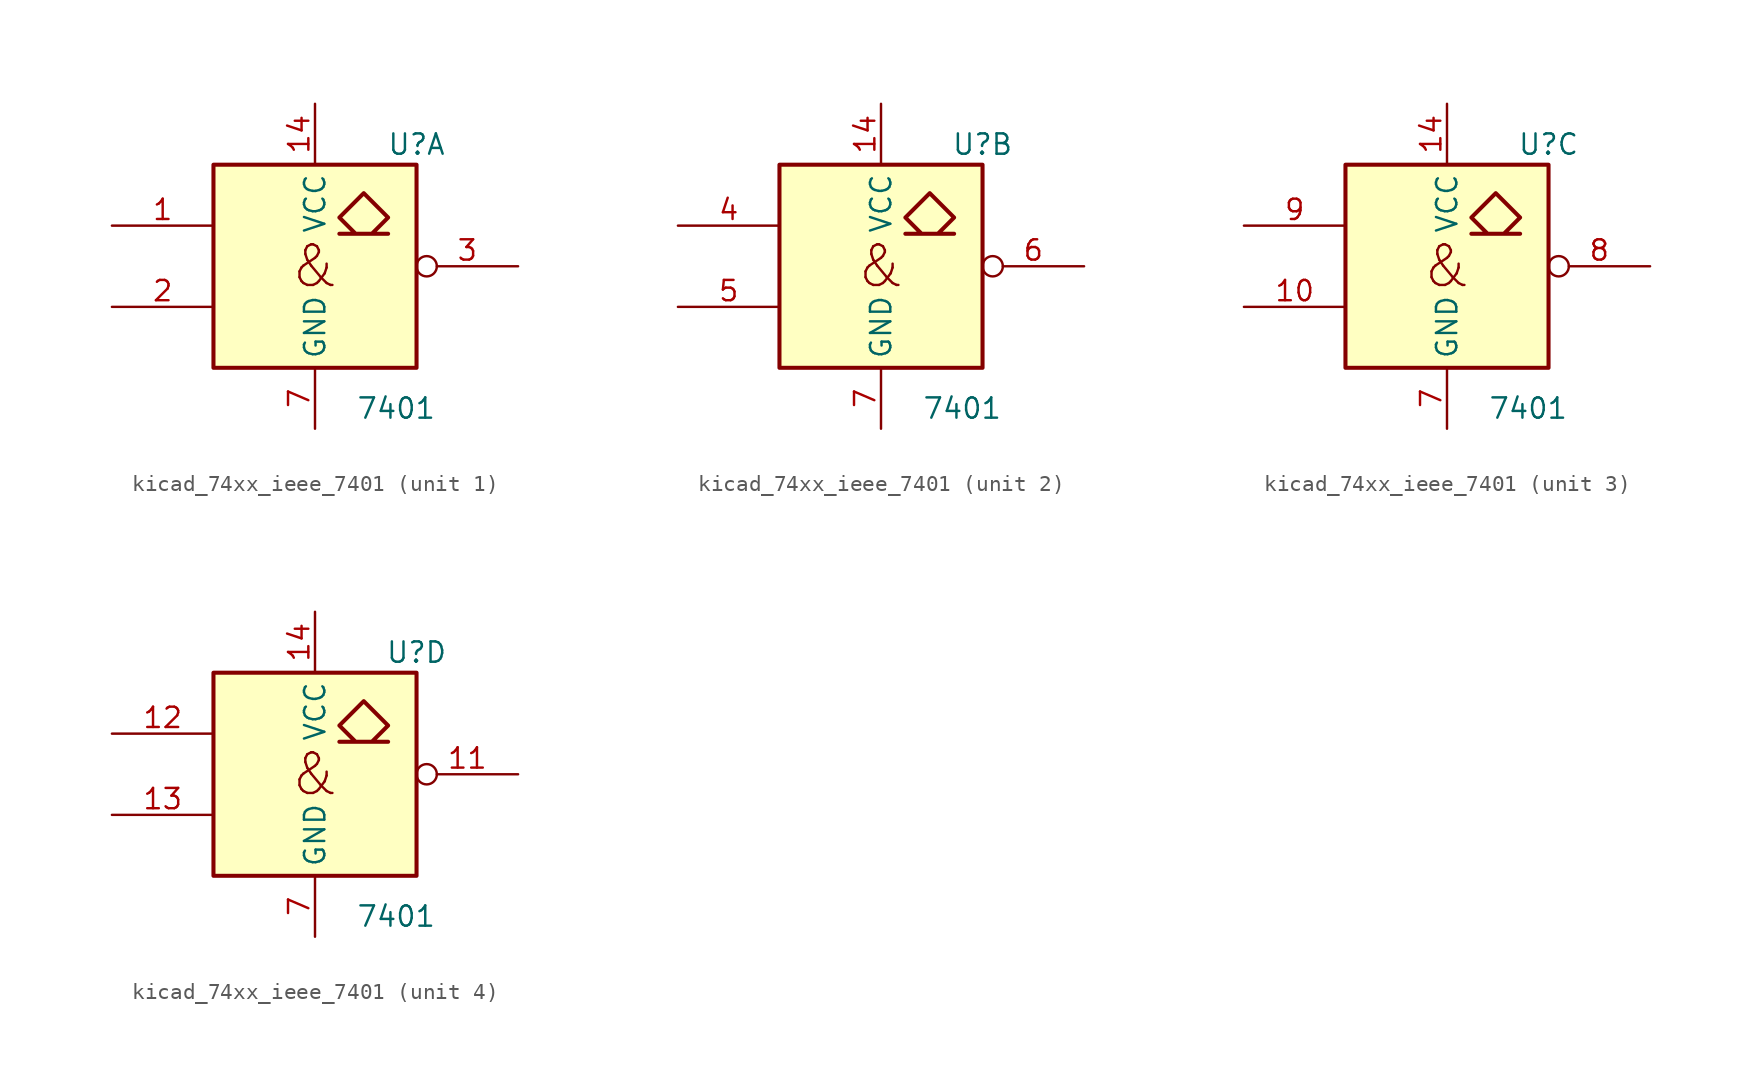
<source format=kicad_sym>
(kicad_symbol_lib
  (version 20220914)
  (generator kicad_symbol_editor)
  (symbol "kicad_74xx_ieee_7401"
    (property "Reference" "U"
      (at 6.35 7.62 0)
      (effects (font (size 1.27 1.27))))
    (property "Value" "7401"
      (at 5.08 -8.89 0)
      (effects (font (size 1.27 1.27))))
    (symbol "kicad_74xx_ieee_7401_0_0"
      (polyline (pts (xy 2.54 2.032) (xy 1.524 3.048) (xy 3.048 4.572) (xy 4.572 3.048) (xy 3.556 2.032) (xy 4.572 2.032) (xy 1.524 2.032) (xy 1.524 2.032)) (stroke (width 0.254) (type default)) (fill (type background)))
      (text "&" (at 0 0 0) (effects (font (size 2.54 2.54)))))
    (symbol "kicad_74xx_ieee_7401_0_1"
      (rectangle (start -6.35 6.35) (end 6.35 -6.35) (stroke (width 0.254) (type default)) (fill (type background)))
      (pin power_in line (at 0 10.16 270) (length 3.81) (name "VCC" (effects (font (size 1.27 1.27)))) (number "14" (effects (font (size 1.27 1.27)))))
      (pin power_in line (at 0 -10.16 90) (length 3.81) (name "GND" (effects (font (size 1.27 1.27)))) (number "7" (effects (font (size 1.27 1.27))))))
    (symbol "kicad_74xx_ieee_7401_1_1"
      (pin input line (at -12.7 2.54 0) (length 6.35) (name "~" (effects (font (size 1.27 1.27)))) (number "1" (effects (font (size 1.27 1.27)))))
      (pin input line (at -12.7 -2.54 0) (length 6.35) (name "~" (effects (font (size 1.27 1.27)))) (number "2" (effects (font (size 1.27 1.27)))))
      (pin open_collector inverted (at 12.7 0 180) (length 6.35) (name "~" (effects (font (size 1.27 1.27)))) (number "3" (effects (font (size 1.27 1.27))))))
    (symbol "kicad_74xx_ieee_7401_2_1"
      (pin input line (at -12.7 2.54 0) (length 6.35) (name "~" (effects (font (size 1.27 1.27)))) (number "4" (effects (font (size 1.27 1.27)))))
      (pin input line (at -12.7 -2.54 0) (length 6.35) (name "~" (effects (font (size 1.27 1.27)))) (number "5" (effects (font (size 1.27 1.27)))))
      (pin open_collector inverted (at 12.7 0 180) (length 6.35) (name "~" (effects (font (size 1.27 1.27)))) (number "6" (effects (font (size 1.27 1.27))))))
    (symbol "kicad_74xx_ieee_7401_3_1"
      (pin input line (at -12.7 -2.54 0) (length 6.35) (name "~" (effects (font (size 1.27 1.27)))) (number "10" (effects (font (size 1.27 1.27)))))
      (pin open_collector inverted (at 12.7 0 180) (length 6.35) (name "~" (effects (font (size 1.27 1.27)))) (number "8" (effects (font (size 1.27 1.27)))))
      (pin input line (at -12.7 2.54 0) (length 6.35) (name "~" (effects (font (size 1.27 1.27)))) (number "9" (effects (font (size 1.27 1.27))))))
    (symbol "kicad_74xx_ieee_7401_4_1"
      (pin open_collector inverted (at 12.7 0 180) (length 6.35) (name "~" (effects (font (size 1.27 1.27)))) (number "11" (effects (font (size 1.27 1.27)))))
      (pin input line (at -12.7 2.54 0) (length 6.35) (name "~" (effects (font (size 1.27 1.27)))) (number "12" (effects (font (size 1.27 1.27)))))
      (pin input line (at -12.7 -2.54 0) (length 6.35) (name "~" (effects (font (size 1.27 1.27)))) (number "13" (effects (font (size 1.27 1.27))))))))
</source>
